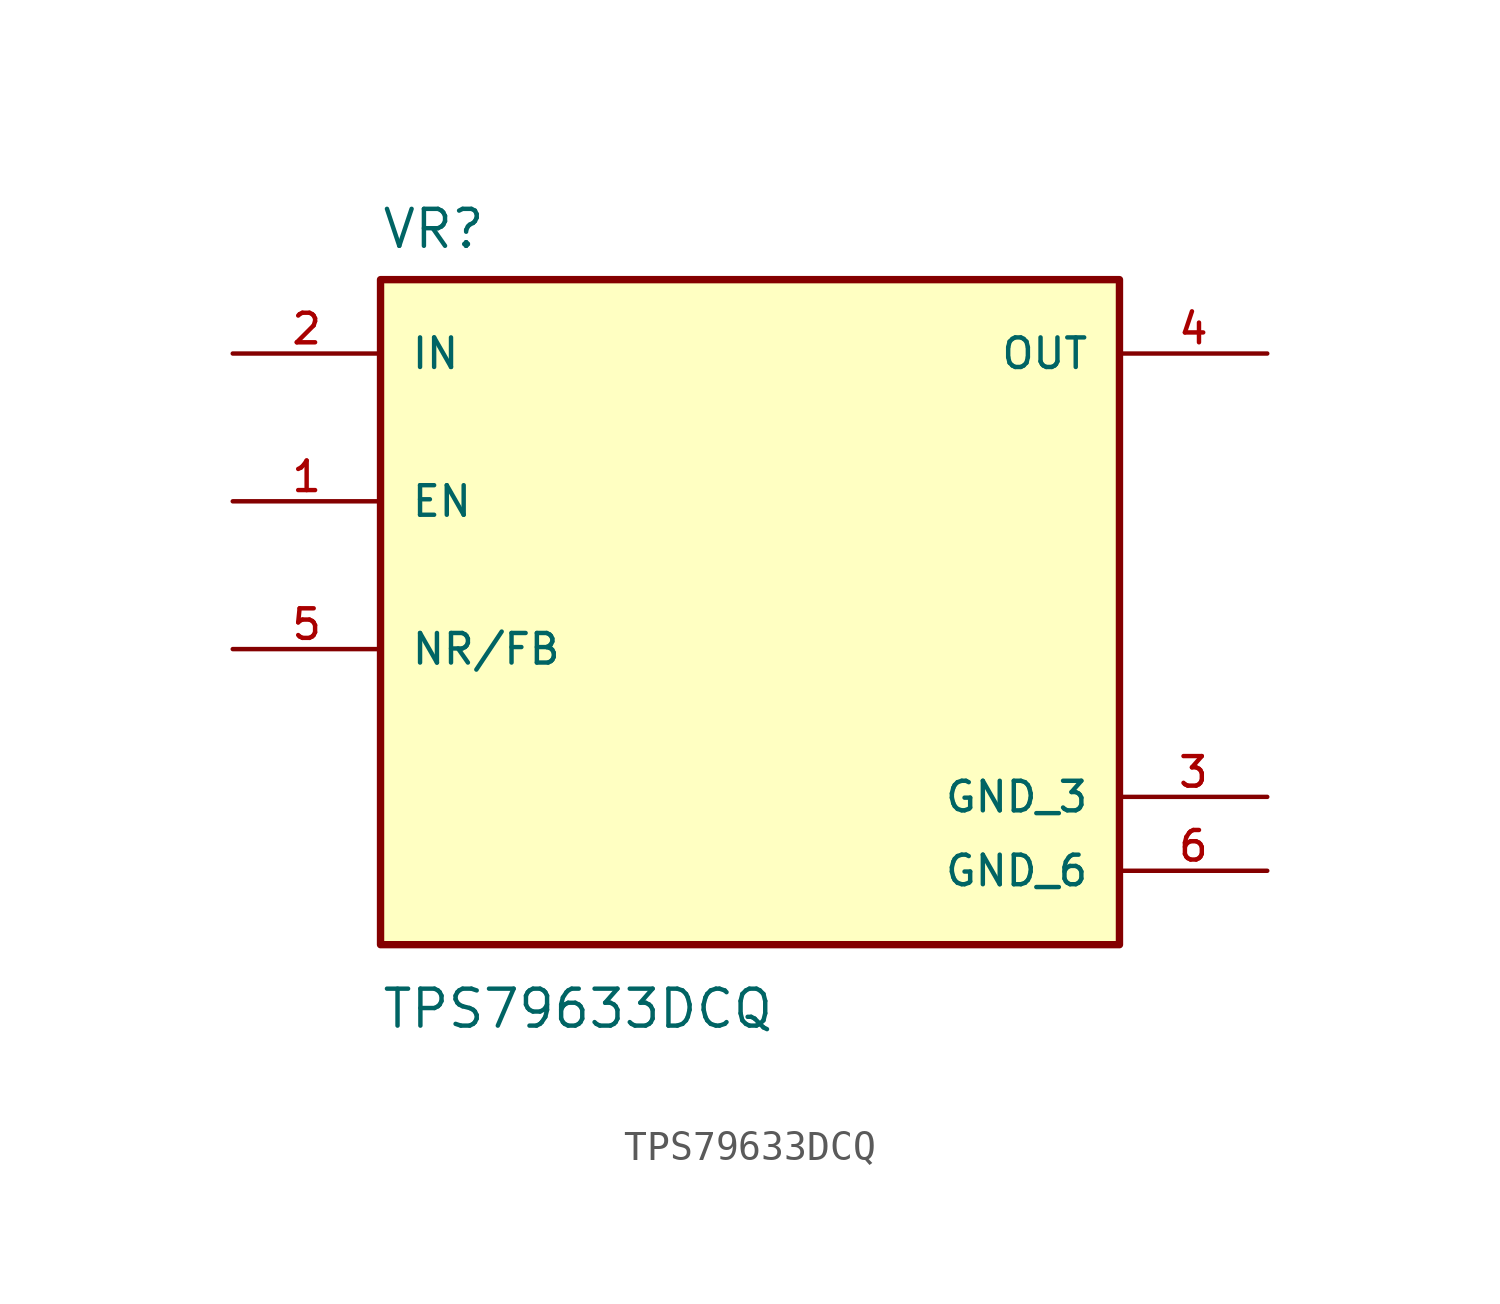
<source format=kicad_sym>
(kicad_symbol_lib
  (version 20211014)
  (generator kicad_symbol_editor)
  (symbol "TPS79633DCQ"
    (pin_names
      (offset 1.016))
    (property "Reference" "VR"
      (at -12.7 11.16 0.0)
      (effects (font (size 1.27 1.27)) (justify bottom left)))
    (property "Value" "TPS79633DCQ"
      (at -12.7 -14.16 0.0)
      (effects (font (size 1.27 1.27)) (justify top left)))
    (symbol "TPS79633DCQ_0_0"
      (rectangle (start -12.7 -12.7) (end 12.7 10.16) (stroke (width 0.254)) (fill (type background)))
      (pin input line (at -17.78 7.62 0) (length 5.08) (name "IN" (effects (font (size 1.016 1.016)))) (number "2" (effects (font (size 1.016 1.016)))))
      (pin input line (at -17.78 2.54 0) (length 5.08) (name "EN" (effects (font (size 1.016 1.016)))) (number "1" (effects (font (size 1.016 1.016)))))
      (pin bidirectional line (at -17.78 -2.54 0) (length 5.08) (name "NR/FB" (effects (font (size 1.016 1.016)))) (number "5" (effects (font (size 1.016 1.016)))))
      (pin output line (at 17.78 7.62 180.0) (length 5.08) (name "OUT" (effects (font (size 1.016 1.016)))) (number "4" (effects (font (size 1.016 1.016)))))
      (pin power_in line (at 17.78 -7.62 180.0) (length 5.08) (name "GND_3" (effects (font (size 1.016 1.016)))) (number "3" (effects (font (size 1.016 1.016)))))
      (pin power_in line (at 17.78 -10.16 180.0) (length 5.08) (name "GND_6" (effects (font (size 1.016 1.016)))) (number "6" (effects (font (size 1.016 1.016))))))))
</source>
